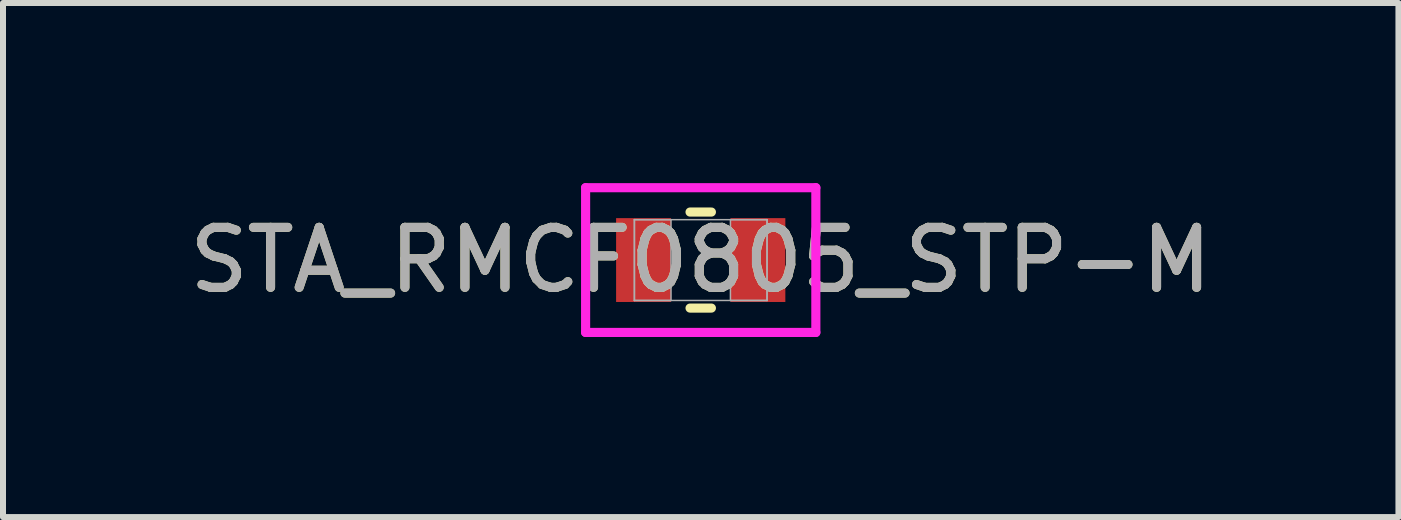
<source format=kicad_pcb>
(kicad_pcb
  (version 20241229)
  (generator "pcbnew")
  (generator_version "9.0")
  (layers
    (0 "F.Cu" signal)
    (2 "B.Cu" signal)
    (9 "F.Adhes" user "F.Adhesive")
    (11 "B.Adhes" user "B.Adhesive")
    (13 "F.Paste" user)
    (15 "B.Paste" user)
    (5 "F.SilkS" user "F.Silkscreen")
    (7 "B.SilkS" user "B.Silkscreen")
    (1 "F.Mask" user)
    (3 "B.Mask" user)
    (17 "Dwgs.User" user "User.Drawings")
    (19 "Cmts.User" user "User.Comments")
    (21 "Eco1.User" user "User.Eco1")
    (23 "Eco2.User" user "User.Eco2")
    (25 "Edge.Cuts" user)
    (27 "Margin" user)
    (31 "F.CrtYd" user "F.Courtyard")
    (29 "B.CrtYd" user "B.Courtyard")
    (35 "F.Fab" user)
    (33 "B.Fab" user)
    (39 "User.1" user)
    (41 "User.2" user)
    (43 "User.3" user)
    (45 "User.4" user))
  (footprint "STA_RMCF0805_STP-M"
    (layer "F.Cu")
    (at 8.625 1.283)
    (property "Reference" "STA_RMCF0805_STP-M" (at 0 0 0) (unlocked yes) (layer "F.SilkS") (effects (font (size 1 1) (thickness 0.15))))
    (attr smd)
    (fp_line (start -0.178 0.8) (end 0.178 0.8) (stroke (width 0.152) (type solid)) (layer "F.SilkS"))
    (fp_line (start 0.178 -0.8) (end -0.178 -0.8) (stroke (width 0.152) (type solid)) (layer "F.SilkS"))
    (fp_line (start -1.918 -1.206) (end 1.918 -1.206) (stroke (width 0.152) (type solid)) (layer "F.CrtYd"))
    (fp_line (start -1.918 1.206) (end -1.918 -1.206) (stroke (width 0.152) (type solid)) (layer "F.CrtYd"))
    (fp_line (start 1.918 -1.206) (end 1.918 1.206) (stroke (width 0.152) (type solid)) (layer "F.CrtYd"))
    (fp_line (start 1.918 1.206) (end -1.918 1.206) (stroke (width 0.152) (type solid)) (layer "F.CrtYd"))
    (fp_line (start -1.105 -0.673) (end -1.105 0.673) (stroke (width 0.025) (type solid)) (layer "F.Fab"))
    (fp_line (start -1.105 -0.673) (end -1.105 0.673) (stroke (width 0.025) (type solid)) (layer "F.Fab"))
    (fp_line (start -1.105 0.673) (end -0.495 0.673) (stroke (width 0.025) (type solid)) (layer "F.Fab"))
    (fp_line (start -1.105 0.673) (end 1.105 0.673) (stroke (width 0.025) (type solid)) (layer "F.Fab"))
    (fp_line (start -0.495 -0.673) (end -1.105 -0.673) (stroke (width 0.025) (type solid)) (layer "F.Fab"))
    (fp_line (start -0.495 0.673) (end -0.495 -0.673) (stroke (width 0.025) (type solid)) (layer "F.Fab"))
    (fp_line (start 0.495 -0.673) (end 0.495 0.673) (stroke (width 0.025) (type solid)) (layer "F.Fab"))
    (fp_line (start 0.495 0.673) (end 1.105 0.673) (stroke (width 0.025) (type solid)) (layer "F.Fab"))
    (fp_line (start 1.105 -0.673) (end -1.105 -0.673) (stroke (width 0.025) (type solid)) (layer "F.Fab"))
    (fp_line (start 1.105 -0.673) (end 0.495 -0.673) (stroke (width 0.025) (type solid)) (layer "F.Fab"))
    (fp_line (start 1.105 0.673) (end 1.105 -0.673) (stroke (width 0.025) (type solid)) (layer "F.Fab"))
    (fp_line (start 1.105 0.673) (end 1.105 -0.673) (stroke (width 0.025) (type solid)) (layer "F.Fab"))
    (fp_text user "${REFERENCE}" (at 0 0 0) (unlocked yes) (layer "F.Fab") (effects (font (size 1 1) (thickness 0.15))))
    (pad "1" smd rect (at -0.953 0) (size 0.914 1.397) (layers "F.Cu" "F.Mask" "F.Paste"))
    (pad "2" smd rect (at 0.953 0) (size 0.914 1.397) (layers "F.Cu" "F.Mask" "F.Paste"))
    (zone (net_name "") (layer "F.Cu") (hatch full 0.508) (connect_pads) (min_thickness 0.254) (filled_areas_thickness no) (keepout (tracks not_allowed) (vias not_allowed) (pads allowed) (copperpour not_allowed) (footprints allowed)) (placement (enabled no)) (fill) (polygon (pts (xy 8.181 0.66) (xy 9.069 0.66) (xy 9.069 1.905) (xy 8.181 1.905)))))
  (gr_rect
    (start -3 -3)
    (end 20.25 5.565)
    (stroke (width 0.1) (type default))
    (fill no)
    (layer "Edge.Cuts")))
</source>
